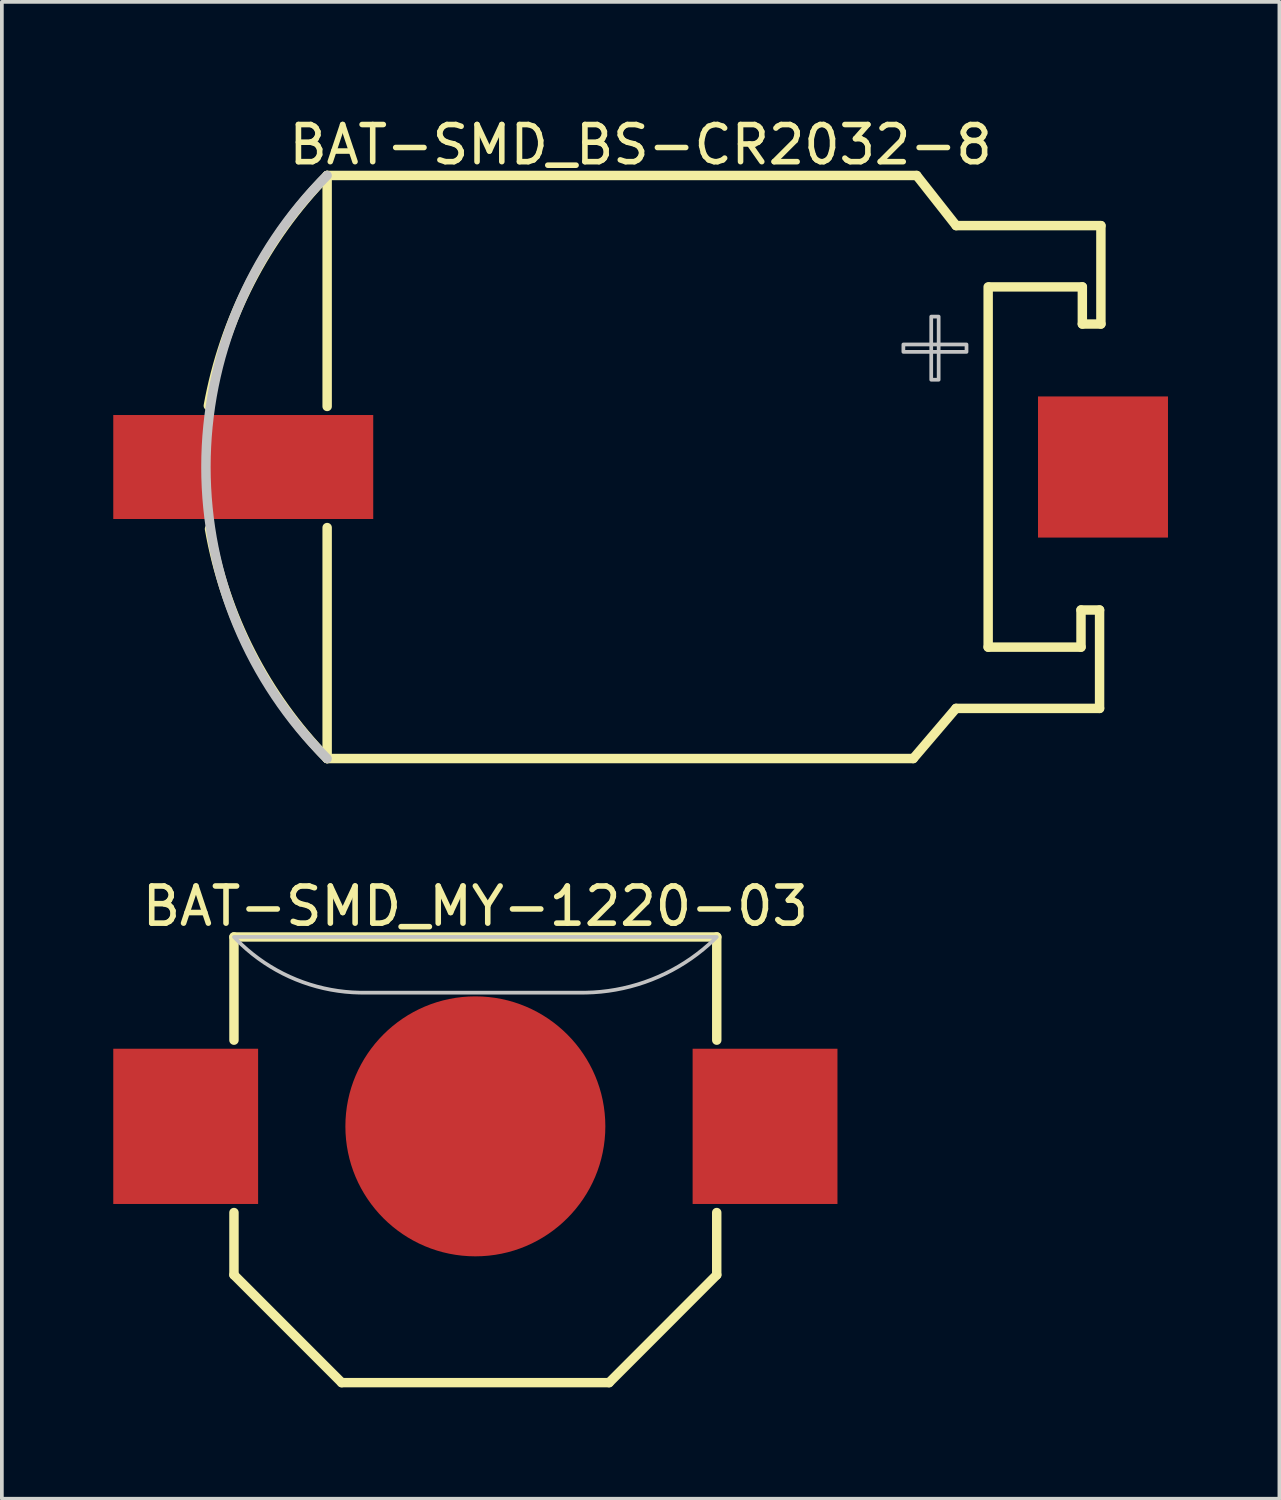
<source format=kicad_pcb>
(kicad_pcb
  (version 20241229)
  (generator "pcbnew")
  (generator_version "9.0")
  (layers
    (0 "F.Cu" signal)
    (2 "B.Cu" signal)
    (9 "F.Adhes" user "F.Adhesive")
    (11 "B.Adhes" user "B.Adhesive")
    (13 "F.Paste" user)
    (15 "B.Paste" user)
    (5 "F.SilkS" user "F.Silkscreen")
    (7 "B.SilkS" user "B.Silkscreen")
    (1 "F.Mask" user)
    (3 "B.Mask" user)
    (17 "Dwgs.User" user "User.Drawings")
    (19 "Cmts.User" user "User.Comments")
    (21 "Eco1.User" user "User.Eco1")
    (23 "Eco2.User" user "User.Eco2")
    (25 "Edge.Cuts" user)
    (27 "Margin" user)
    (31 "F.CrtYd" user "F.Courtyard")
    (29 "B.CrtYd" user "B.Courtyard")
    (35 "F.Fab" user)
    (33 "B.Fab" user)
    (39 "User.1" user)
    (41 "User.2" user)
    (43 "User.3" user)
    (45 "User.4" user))
  (footprint "BAT-SMD_MY-1220-03"
    (layer "F.Cu")
    (at 9.75 27.279)
    (property "Reference" "BAT-SMD_MY-1220-03" (at 0 -5.927 0) (layer "F.SilkS") (effects (font (size 1 1) (thickness 0.15))))
    (fp_line (start -6.5 4) (end -6.5 2.321) (stroke (width 0.254) (type default)) (layer "F.SilkS"))
    (fp_line (start -6.5 -5.1) (end 6.5 -5.1) (stroke (width 0.254) (type default)) (layer "F.SilkS"))
    (fp_line (start -6.5 -2.321) (end -6.5 -5.1) (stroke (width 0.254) (type default)) (layer "F.SilkS"))
    (fp_line (start -3.6 6.901) (end -6.5 4) (stroke (width 0.254) (type default)) (layer "F.SilkS"))
    (fp_line (start 3.601 6.901) (end -3.6 6.901) (stroke (width 0.254) (type default)) (layer "F.SilkS"))
    (fp_line (start 6.499 2.321) (end 6.499 4) (stroke (width 0.254) (type default)) (layer "F.SilkS"))
    (fp_line (start 6.499 4) (end 3.601 6.901) (stroke (width 0.254) (type default)) (layer "F.SilkS"))
    (fp_line (start 6.5 -5.1) (end 6.5 -2.321) (stroke (width 0.254) (type default)) (layer "F.SilkS"))
    (fp_poly (pts (xy -5.85 -2.09) (xy -9.75 -2.09) (xy -9.75 2.09) (xy -5.85 2.09)) (stroke (width 0) (type default)) (fill yes) (layer "F.Paste"))
    (fp_poly (pts (xy 9.75 -2.09) (xy 5.85 -2.09) (xy 5.85 2.09) (xy 9.75 2.09)) (stroke (width 0) (type default)) (fill yes) (layer "F.Paste"))
    (fp_poly (pts (arc (start -6.5 -5.1) (mid -4.914991 -3.990433) (end -3.02 -3.6)) (xy 0 -3.6) (arc (start 2.8785 -3.6) (mid 4.838413 -3.989851) (end 6.5 -5.1))) (stroke (width 0.1) (type default)) (fill no) (layer "Dwgs.User"))
    (fp_poly (pts (xy -9.4 -1.6) (xy -6.4 -1.6) (xy -6.4 1.6) (xy -9.4 1.6)) (stroke (width 0.1) (type default)) (fill no) (layer "User.1"))
    (fp_poly (pts (xy 9.4 1.6) (xy 6.4 1.6) (xy 6.4 -1.6) (xy 9.4 -1.6)) (stroke (width 0.1) (type default)) (fill no) (layer "User.1"))
    (fp_poly (pts (xy 3.5 0) (xy 3.481 -0.366) (xy 3.424 -0.728) (xy 3.329 -1.082) (xy 3.197 -1.424) (xy 3.031 -1.75) (xy 2.832 -2.057) (xy 2.601 -2.342) (xy 2.342 -2.601) (xy 2.057 -2.832) (xy 1.75 -3.031) (xy 1.424 -3.197) (xy 1.082 -3.329) (xy 0.728 -3.424) (xy 0.366 -3.481) (xy 0 -3.5) (xy -0.366 -3.481) (xy -0.728 -3.424) (xy -1.082 -3.329) (xy -1.424 -3.197) (xy -1.75 -3.031) (xy -2.057 -2.832) (xy -2.342 -2.601) (xy -2.601 -2.342) (xy -2.832 -2.057) (xy -3.031 -1.75) (xy -3.197 -1.424) (xy -3.329 -1.082) (xy -3.424 -0.728) (xy -3.481 -0.366) (xy -3.5 0) (xy -3.481 0.366) (xy -3.424 0.728) (xy -3.329 1.082) (xy -3.197 1.424) (xy -3.031 1.75) (xy -2.832 2.057) (xy -2.601 2.342) (xy -2.342 2.601) (xy -2.057 2.832) (xy -1.75 3.031) (xy -1.424 3.197) (xy -1.082 3.329) (xy -0.728 3.424) (xy -0.366 3.481) (xy 0 3.5) (xy 0.366 3.481) (xy 0.728 3.424) (xy 1.082 3.329) (xy 1.424 3.197) (xy 1.75 3.031) (xy 2.057 2.832) (xy 2.342 2.601) (xy 2.601 2.342) (xy 2.832 2.057) (xy 3.031 1.75) (xy 3.197 1.424) (xy 3.329 1.082) (xy 3.424 0.728) (xy 3.481 0.366)) (stroke (width 0.1) (type default)) (fill no) (layer "User.1"))
    (fp_line (start -6.5 -5.1) (end -5.2 -4.1) (stroke (width 0.051) (type default)) (layer "User.2"))
    (fp_line (start -6.5 4) (end -6.5 -5.1) (stroke (width 0.051) (type default)) (layer "User.2"))
    (fp_line (start -5.2 -4.1) (end -3.8 -3.6) (stroke (width 0.051) (type default)) (layer "User.2"))
    (fp_line (start -3.8 -3.6) (end 0 -3.6) (stroke (width 0.051) (type default)) (layer "User.2"))
    (fp_line (start -3.6 6.9) (end -6.5 4) (stroke (width 0.051) (type default)) (layer "User.2"))
    (fp_line (start 0 -3.6) (end 3.5 -3.6) (stroke (width 0.051) (type default)) (layer "User.2"))
    (fp_line (start 3.5 -3.6) (end 5.1 -4.1) (stroke (width 0.051) (type default)) (layer "User.2"))
    (fp_line (start 3.6 6.9) (end -3.6 6.9) (stroke (width 0.051) (type default)) (layer "User.2"))
    (fp_line (start 5.1 -4.1) (end 6.5 -5.1) (stroke (width 0.051) (type default)) (layer "User.2"))
    (fp_line (start 6.5 -5.1) (end 6.5 4) (stroke (width 0.051) (type default)) (layer "User.2"))
    (fp_line (start 6.5 4) (end 3.6 6.9) (stroke (width 0.051) (type default)) (layer "User.2"))
    (fp_poly (pts (xy -9.34 6.9) (xy -9.358 6.858) (xy -9.4 6.84) (xy -9.442 6.858) (xy -9.46 6.9) (xy -9.442 6.942) (xy -9.4 6.96) (xy -9.358 6.942)) (stroke (width 0.1) (type default)) (fill no) (layer "User.3"))
    (pad "1" smd rect (at -7.8 0) (size 3.9 4.18) (layers "F.Cu" "F.Mask" "F.Paste"))
    (pad "2" smd rect (at 7.8 0) (size 3.9 4.18) (layers "F.Cu" "F.Mask" "F.Paste"))
    (pad "3" smd circle (at 0 0) (size 7 7) (layers "F.Cu" "F.Mask" "F.Paste")))
  (footprint "BAT-SMD_BS-CR2032-8"
    (layer "F.Cu")
    (at 15.075 9.525)
    (property "Reference" "BAT-SMD_BS-CR2032-8" (at -0.875 -8.677 0) (layer "F.SilkS") (effects (font (size 1 1) (thickness 0.15))))
    (fp_line (start -9.317 -7.85) (end 6.558 -7.85) (stroke (width 0.254) (type default)) (layer "F.SilkS"))
    (fp_line (start -9.316 -1.631) (end -9.316 -7.85) (stroke (width 0.254) (type default)) (layer "F.SilkS"))
    (fp_line (start -9.316 7.85) (end -9.316 1.631) (stroke (width 0.254) (type default)) (layer "F.SilkS"))
    (fp_line (start 6.466 7.85) (end -9.316 7.85) (stroke (width 0.254) (type default)) (layer "F.SilkS"))
    (fp_line (start 6.466 7.85) (end 7.617 6.5) (stroke (width 0.254) (type default)) (layer "F.SilkS"))
    (fp_line (start 6.558 -7.85) (end 7.621 -6.5) (stroke (width 0.254) (type default)) (layer "F.SilkS"))
    (fp_line (start 7.617 6.5) (end 11.483 6.5) (stroke (width 0.254) (type default)) (layer "F.SilkS"))
    (fp_line (start 7.621 -6.5) (end 11.519 -6.5) (stroke (width 0.254) (type default)) (layer "F.SilkS"))
    (fp_line (start 8.483 4.85) (end 8.483 -4.85) (stroke (width 0.254) (type default)) (layer "F.SilkS"))
    (fp_line (start 10.983 3.85) (end 10.983 4.85) (stroke (width 0.254) (type default)) (layer "F.SilkS"))
    (fp_line (start 10.983 4.85) (end 8.483 4.85) (stroke (width 0.254) (type default)) (layer "F.SilkS"))
    (fp_line (start 11.019 -4.85) (end 8.519 -4.85) (stroke (width 0.254) (type default)) (layer "F.SilkS"))
    (fp_line (start 11.019 -3.85) (end 11.019 -4.85) (stroke (width 0.254) (type default)) (layer "F.SilkS"))
    (fp_line (start 11.483 3.85) (end 10.983 3.85) (stroke (width 0.254) (type default)) (layer "F.SilkS"))
    (fp_line (start 11.483 6.5) (end 11.483 3.85) (stroke (width 0.254) (type default)) (layer "F.SilkS"))
    (fp_line (start 11.519 -6.5) (end 11.519 -3.85) (stroke (width 0.254) (type default)) (layer "F.SilkS"))
    (fp_line (start 11.519 -3.85) (end 11.019 -3.85) (stroke (width 0.254) (type default)) (layer "F.SilkS"))
    (fp_arc (start -12.5155 -1.649) (mid -11.380456 -4.98925) (end -9.316 -7.85) (stroke (width 0.254) (type default)) (layer "F.SilkS"))
    (fp_arc (start -9.316 7.85) (mid -11.366564 4.997119) (end -12.4835 1.666) (stroke (width 0.254) (type default)) (layer "F.SilkS"))
    (fp_arc (start -9.317 7.851) (mid -12.579946 0.0005) (end -9.317 -7.85) (stroke (width 0.254) (type default)) (layer "Dwgs.User"))
    (fp_poly (pts (xy 6.2 -3.1) (xy 6.2 -3.3) (xy 7.9 -3.3) (xy 7.9 -3.1)) (stroke (width 0.1) (type default)) (fill no) (layer "Dwgs.User"))
    (fp_poly (pts (xy 7.15 -2.35) (xy 6.95 -2.35) (xy 6.95 -4.05) (xy 7.15 -4.05)) (stroke (width 0.1) (type default)) (fill no) (layer "Dwgs.User"))
    (fp_poly (pts (xy -13.325 -0.9) (xy -9.825 -0.9) (xy -9.825 0.9) (xy -13.325 0.9)) (stroke (width 0.1) (type default)) (fill no) (layer "User.1"))
    (fp_poly (pts (xy 9.575 -1.4) (xy 12.075 -1.4) (xy 12.075 1.4) (xy 9.575 1.4)) (stroke (width 0.1) (type default)) (fill no) (layer "User.1"))
    (fp_line (start -13.786 -0.075) (end -13.786 0.075) (stroke (width 0.051) (type default)) (layer "User.2"))
    (fp_line (start -13.786 0.075) (end -13.784 0.227) (stroke (width 0.051) (type default)) (layer "User.2"))
    (fp_line (start -13.784 -0.227) (end -13.786 -0.075) (stroke (width 0.051) (type default)) (layer "User.2"))
    (fp_line (start -13.784 0.227) (end -13.78 0.378) (stroke (width 0.051) (type default)) (layer "User.2"))
    (fp_line (start -13.78 -0.378) (end -13.784 -0.227) (stroke (width 0.051) (type default)) (layer "User.2"))
    (fp_line (start -13.78 0.378) (end -13.774 0.529) (stroke (width 0.051) (type default)) (layer "User.2"))
    (fp_line (start -13.774 -0.529) (end -13.78 -0.378) (stroke (width 0.051) (type default)) (layer "User.2"))
    (fp_line (start -13.774 0.529) (end -13.765 0.68) (stroke (width 0.051) (type default)) (layer "User.2"))
    (fp_line (start -13.765 -0.68) (end -13.774 -0.529) (stroke (width 0.051) (type default)) (layer "User.2"))
    (fp_line (start -13.765 0.68) (end -13.755 0.831) (stroke (width 0.051) (type default)) (layer "User.2"))
    (fp_line (start -13.755 -0.832) (end -13.765 -0.68) (stroke (width 0.051) (type default)) (layer "User.2"))
    (fp_line (start -13.755 0.831) (end -13.743 0.982) (stroke (width 0.051) (type default)) (layer "User.2"))
    (fp_line (start -13.743 -0.982) (end -13.755 -0.832) (stroke (width 0.051) (type default)) (layer "User.2"))
    (fp_line (start -13.743 0.982) (end -13.729 1.133) (stroke (width 0.051) (type default)) (layer "User.2"))
    (fp_line (start -13.729 -1.133) (end -13.743 -0.982) (stroke (width 0.051) (type default)) (layer "User.2"))
    (fp_line (start -13.729 1.133) (end -13.713 1.283) (stroke (width 0.051) (type default)) (layer "User.2"))
    (fp_line (start -13.713 -1.283) (end -13.729 -1.133) (stroke (width 0.051) (type default)) (layer "User.2"))
    (fp_line (start -13.713 1.283) (end -13.694 1.433) (stroke (width 0.051) (type default)) (layer "User.2"))
    (fp_line (start -13.694 -1.433) (end -13.713 -1.283) (stroke (width 0.051) (type default)) (layer "User.2"))
    (fp_line (start -13.694 1.433) (end -13.674 1.583) (stroke (width 0.051) (type default)) (layer "User.2"))
    (fp_line (start -13.674 -1.583) (end -13.694 -1.433) (stroke (width 0.051) (type default)) (layer "User.2"))
    (fp_line (start -13.674 1.583) (end -13.652 1.732) (stroke (width 0.051) (type default)) (layer "User.2"))
    (fp_line (start -13.652 -1.732) (end -13.674 -1.583) (stroke (width 0.051) (type default)) (layer "User.2"))
    (fp_line (start -13.652 1.732) (end -13.627 1.882) (stroke (width 0.051) (type default)) (layer "User.2"))
    (fp_line (start -13.627 -1.882) (end -13.652 -1.732) (stroke (width 0.051) (type default)) (layer "User.2"))
    (fp_line (start -13.627 1.882) (end -13.601 2.031) (stroke (width 0.051) (type default)) (layer "User.2"))
    (fp_line (start -13.601 -2.031) (end -13.627 -1.882) (stroke (width 0.051) (type default)) (layer "User.2"))
    (fp_line (start -13.601 2.031) (end -13.572 2.179) (stroke (width 0.051) (type default)) (layer "User.2"))
    (fp_line (start -13.572 -2.179) (end -13.601 -2.031) (stroke (width 0.051) (type default)) (layer "User.2"))
    (fp_line (start -13.572 2.179) (end -13.542 2.328) (stroke (width 0.051) (type default)) (layer "User.2"))
    (fp_line (start -13.542 -2.328) (end -13.572 -2.179) (stroke (width 0.051) (type default)) (layer "User.2"))
    (fp_line (start -13.542 2.328) (end -13.509 2.475) (stroke (width 0.051) (type default)) (layer "User.2"))
    (fp_line (start -13.509 -2.475) (end -13.542 -2.328) (stroke (width 0.051) (type default)) (layer "User.2"))
    (fp_line (start -13.509 2.475) (end -13.475 2.623) (stroke (width 0.051) (type default)) (layer "User.2"))
    (fp_line (start -13.475 -2.623) (end -13.509 -2.475) (stroke (width 0.051) (type default)) (layer "User.2"))
    (fp_line (start -13.475 2.623) (end -13.438 2.769) (stroke (width 0.051) (type default)) (layer "User.2"))
    (fp_line (start -13.438 -2.769) (end -13.475 -2.623) (stroke (width 0.051) (type default)) (layer "User.2"))
    (fp_line (start -13.438 2.769) (end -13.4 2.916) (stroke (width 0.051) (type default)) (layer "User.2"))
    (fp_line (start -13.4 -2.916) (end -13.438 -2.769) (stroke (width 0.051) (type default)) (layer "User.2"))
    (fp_line (start -13.4 2.916) (end -13.36 3.062) (stroke (width 0.051) (type default)) (layer "User.2"))
    (fp_line (start -13.36 -3.062) (end -13.4 -2.916) (stroke (width 0.051) (type default)) (layer "User.2"))
    (fp_line (start -13.36 3.062) (end -13.318 3.207) (stroke (width 0.051) (type default)) (layer "User.2"))
    (fp_line (start -13.318 -3.207) (end -13.36 -3.062) (stroke (width 0.051) (type default)) (layer "User.2"))
    (fp_line (start -13.318 3.207) (end -13.273 3.352) (stroke (width 0.051) (type default)) (layer "User.2"))
    (fp_line (start -13.273 -3.352) (end -13.318 -3.207) (stroke (width 0.051) (type default)) (layer "User.2"))
    (fp_line (start -13.273 3.352) (end -13.227 3.495) (stroke (width 0.051) (type default)) (layer "User.2"))
    (fp_line (start -13.227 -3.495) (end -13.273 -3.352) (stroke (width 0.051) (type default)) (layer "User.2"))
    (fp_line (start -13.227 3.495) (end -13.178 3.639) (stroke (width 0.051) (type default)) (layer "User.2"))
    (fp_line (start -13.178 -3.639) (end -13.227 -3.495) (stroke (width 0.051) (type default)) (layer "User.2"))
    (fp_line (start -13.178 3.639) (end -13.129 3.781) (stroke (width 0.051) (type default)) (layer "User.2"))
    (fp_line (start -13.129 -3.782) (end -13.178 -3.639) (stroke (width 0.051) (type default)) (layer "User.2"))
    (fp_line (start -13.129 3.781) (end -13.076 3.924) (stroke (width 0.051) (type default)) (layer "User.2"))
    (fp_line (start -13.076 -3.924) (end -13.129 -3.782) (stroke (width 0.051) (type default)) (layer "User.2"))
    (fp_line (start -13.076 3.924) (end -13.023 4.065) (stroke (width 0.051) (type default)) (layer "User.2"))
    (fp_line (start -13.023 -4.065) (end -13.076 -3.924) (stroke (width 0.051) (type default)) (layer "User.2"))
    (fp_line (start -13.023 4.065) (end -12.967 4.205) (stroke (width 0.051) (type default)) (layer "User.2"))
    (fp_line (start -12.967 -4.205) (end -13.023 -4.065) (stroke (width 0.051) (type default)) (layer "User.2"))
    (fp_line (start -12.967 4.205) (end -12.909 4.346) (stroke (width 0.051) (type default)) (layer "User.2"))
    (fp_line (start -12.909 -4.346) (end -12.967 -4.205) (stroke (width 0.051) (type default)) (layer "User.2"))
    (fp_line (start -12.909 4.346) (end -12.85 4.484) (stroke (width 0.051) (type default)) (layer "User.2"))
    (fp_line (start -12.85 -4.484) (end -12.909 -4.346) (stroke (width 0.051) (type default)) (layer "User.2"))
    (fp_line (start -12.85 4.484) (end -12.788 4.622) (stroke (width 0.051) (type default)) (layer "User.2"))
    (fp_line (start -12.788 -4.623) (end -12.85 -4.484) (stroke (width 0.051) (type default)) (layer "User.2"))
    (fp_line (start -12.788 4.622) (end -12.725 4.76) (stroke (width 0.051) (type default)) (layer "User.2"))
    (fp_line (start -12.725 -4.76) (end -12.788 -4.623) (stroke (width 0.051) (type default)) (layer "User.2"))
    (fp_line (start -12.725 4.76) (end -12.659 4.896) (stroke (width 0.051) (type default)) (layer "User.2"))
    (fp_line (start -12.659 -4.896) (end -12.725 -4.76) (stroke (width 0.051) (type default)) (layer "User.2"))
    (fp_line (start -12.659 4.896) (end -12.592 5.032) (stroke (width 0.051) (type default)) (layer "User.2"))
    (fp_line (start -12.592 -5.032) (end -12.659 -4.896) (stroke (width 0.051) (type default)) (layer "User.2"))
    (fp_line (start -12.592 5.032) (end -12.524 5.167) (stroke (width 0.051) (type default)) (layer "User.2"))
    (fp_line (start -12.524 -5.167) (end -12.592 -5.032) (stroke (width 0.051) (type default)) (layer "User.2"))
    (fp_line (start -12.524 5.167) (end -12.453 5.301) (stroke (width 0.051) (type default)) (layer "User.2"))
    (fp_line (start -12.453 -5.301) (end -12.524 -5.167) (stroke (width 0.051) (type default)) (layer "User.2"))
    (fp_line (start -12.453 5.301) (end -12.38 5.434) (stroke (width 0.051) (type default)) (layer "User.2"))
    (fp_line (start -12.38 -5.434) (end -12.453 -5.301) (stroke (width 0.051) (type default)) (layer "User.2"))
    (fp_line (start -12.38 5.434) (end -12.306 5.565) (stroke (width 0.051) (type default)) (layer "User.2"))
    (fp_line (start -12.306 -5.565) (end -12.38 -5.434) (stroke (width 0.051) (type default)) (layer "User.2"))
    (fp_line (start -12.306 5.565) (end -12.23 5.696) (stroke (width 0.051) (type default)) (layer "User.2"))
    (fp_line (start -12.23 -5.696) (end -12.306 -5.565) (stroke (width 0.051) (type default)) (layer "User.2"))
    (fp_line (start -12.23 5.696) (end -12.152 5.825) (stroke (width 0.051) (type default)) (layer "User.2"))
    (fp_line (start -12.152 -5.825) (end -12.23 -5.696) (stroke (width 0.051) (type default)) (layer "User.2"))
    (fp_line (start -12.152 5.825) (end -12.072 5.955) (stroke (width 0.051) (type default)) (layer "User.2"))
    (fp_line (start -12.072 -5.955) (end -12.152 -5.825) (stroke (width 0.051) (type default)) (layer "User.2"))
    (fp_line (start -12.072 5.955) (end -11.991 6.082) (stroke (width 0.051) (type default)) (layer "User.2"))
    (fp_line (start -11.991 -6.082) (end -12.072 -5.955) (stroke (width 0.051) (type default)) (layer "User.2"))
    (fp_line (start -11.991 6.082) (end -11.908 6.208) (stroke (width 0.051) (type default)) (layer "User.2"))
    (fp_line (start -11.908 -6.208) (end -11.991 -6.082) (stroke (width 0.051) (type default)) (layer "User.2"))
    (fp_line (start -11.908 6.208) (end -11.823 6.333) (stroke (width 0.051) (type default)) (layer "User.2"))
    (fp_line (start -11.823 -6.334) (end -11.908 -6.208) (stroke (width 0.051) (type default)) (layer "User.2"))
    (fp_line (start -11.823 6.333) (end -11.737 6.458) (stroke (width 0.051) (type default)) (layer "User.2"))
    (fp_line (start -11.737 -6.458) (end -11.823 -6.334) (stroke (width 0.051) (type default)) (layer "User.2"))
    (fp_line (start -11.737 6.458) (end -11.649 6.581) (stroke (width 0.051) (type default)) (layer "User.2"))
    (fp_line (start -11.649 -6.581) (end -11.737 -6.458) (stroke (width 0.051) (type default)) (layer "User.2"))
    (fp_line (start -11.649 6.581) (end -11.559 6.702) (stroke (width 0.051) (type default)) (layer "User.2"))
    (fp_line (start -11.559 -6.703) (end -11.649 -6.581) (stroke (width 0.051) (type default)) (layer "User.2"))
    (fp_line (start -11.559 6.702) (end -11.468 6.824) (stroke (width 0.051) (type default)) (layer "User.2"))
    (fp_line (start -11.468 -6.824) (end -11.559 -6.703) (stroke (width 0.051) (type default)) (layer "User.2"))
    (fp_line (start -11.468 6.824) (end -11.375 6.942) (stroke (width 0.051) (type default)) (layer "User.2"))
    (fp_line (start -11.375 -6.942) (end -11.468 -6.824) (stroke (width 0.051) (type default)) (layer "User.2"))
    (fp_line (start -11.375 6.942) (end -11.28 7.061) (stroke (width 0.051) (type default)) (layer "User.2"))
    (fp_line (start -11.28 -7.061) (end -11.375 -6.942) (stroke (width 0.051) (type default)) (layer "User.2"))
    (fp_line (start -11.28 7.061) (end -11.184 7.178) (stroke (width 0.051) (type default)) (layer "User.2"))
    (fp_line (start -11.184 -7.178) (end -11.28 -7.061) (stroke (width 0.051) (type default)) (layer "User.2"))
    (fp_line (start -11.184 7.178) (end -11.086 7.293) (stroke (width 0.051) (type default)) (layer "User.2"))
    (fp_line (start -11.086 -7.293) (end -11.184 -7.178) (stroke (width 0.051) (type default)) (layer "User.2"))
    (fp_line (start -11.086 7.293) (end -10.987 7.407) (stroke (width 0.051) (type default)) (layer "User.2"))
    (fp_line (start -10.987 -7.407) (end -11.086 -7.293) (stroke (width 0.051) (type default)) (layer "User.2"))
    (fp_line (start -10.987 7.407) (end -10.886 7.52) (stroke (width 0.051) (type default)) (layer "User.2"))
    (fp_line (start -10.886 -7.52) (end -10.987 -7.407) (stroke (width 0.051) (type default)) (layer "User.2"))
    (fp_line (start -10.886 7.52) (end -10.784 7.631) (stroke (width 0.051) (type default)) (layer "User.2"))
    (fp_line (start -10.784 -7.631) (end -10.886 -7.52) (stroke (width 0.051) (type default)) (layer "User.2"))
    (fp_line (start -10.784 7.631) (end -10.681 7.742) (stroke (width 0.051) (type default)) (layer "User.2"))
    (fp_line (start -10.681 -7.742) (end -10.784 -7.631) (stroke (width 0.051) (type default)) (layer "User.2"))
    (fp_line (start -10.681 7.742) (end -10.585 7.84) (stroke (width 0.051) (type default)) (layer "User.2"))
    (fp_line (start -10.585 -7.85) (end -10.585 -7.84) (stroke (width 0.051) (type default)) (layer "User.2"))
    (fp_line (start -10.585 -7.84) (end -10.681 -7.742) (stroke (width 0.051) (type default)) (layer "User.2"))
    (fp_line (start -10.585 7.84) (end -10.585 7.85) (stroke (width 0.051) (type default)) (layer "User.2"))
    (fp_line (start -10.585 7.85) (end 10.275 7.85) (stroke (width 0.051) (type default)) (layer "User.2"))
    (fp_line (start -10.575 -7.85) (end -10.585 -7.85) (stroke (width 0.051) (type default)) (layer "User.2"))
    (fp_line (start 10.275 -7.85) (end -10.575 -7.85) (stroke (width 0.051) (type default)) (layer "User.2"))
    (fp_line (start 10.275 7.85) (end 10.275 -7.85) (stroke (width 0.051) (type default)) (layer "User.2"))
    (fp_poly (pts (xy -13.726 7.85) (xy -13.744 7.808) (xy -13.786 7.79) (xy -13.828 7.808) (xy -13.846 7.85) (xy -13.828 7.892) (xy -13.786 7.91) (xy -13.744 7.892)) (stroke (width 0.1) (type default)) (fill no) (layer "User.3"))
    (pad "1" smd rect (at -11.575 0) (size 7 2.8) (layers "F.Cu" "F.Mask" "F.Paste"))
    (pad "2" smd rect (at 11.575 0) (size 3.5 3.8) (layers "F.Cu" "F.Mask" "F.Paste")))
  (gr_rect
    (start -3 -3)
    (end 31.4 37.306)
    (stroke (width 0.1) (type default))
    (fill no)
    (layer "Edge.Cuts")))
</source>
